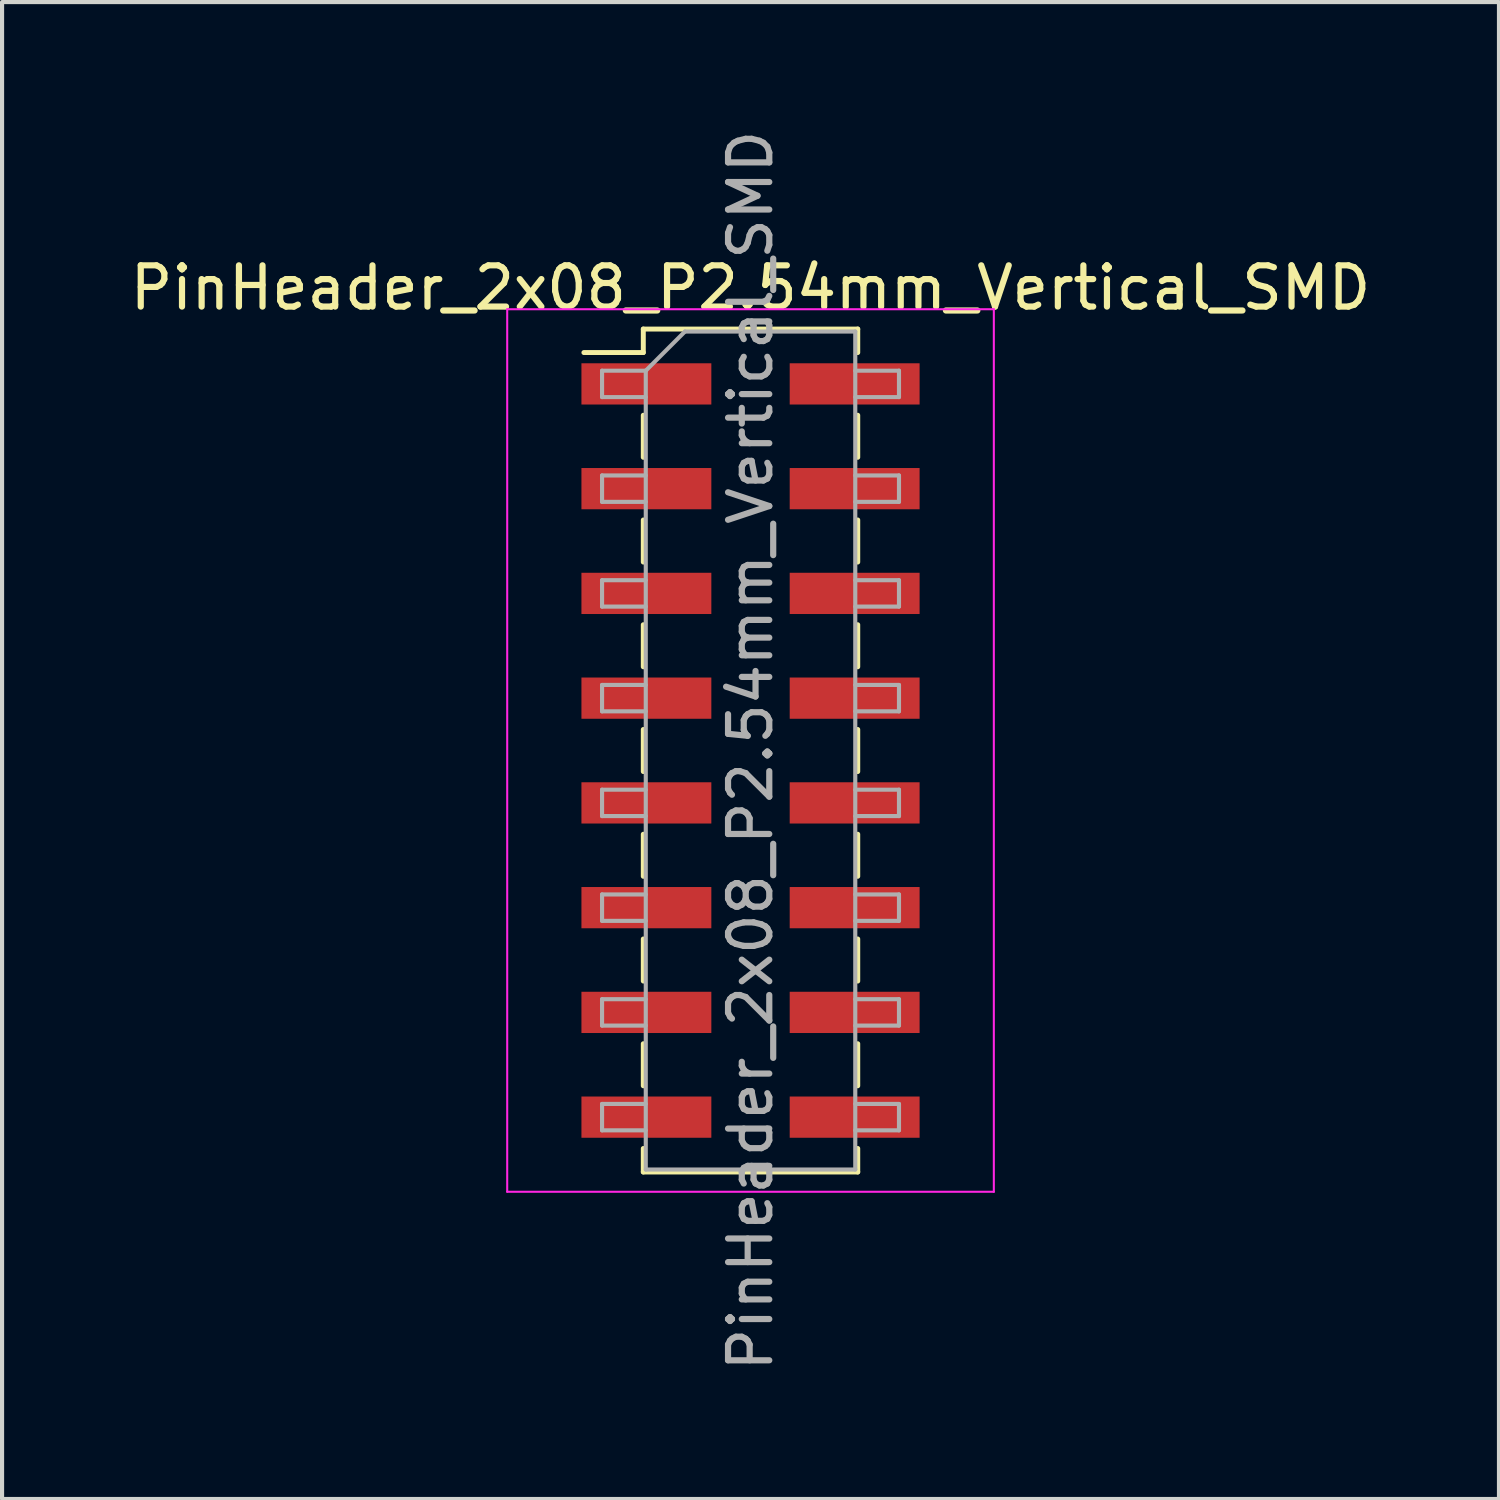
<source format=kicad_pcb>
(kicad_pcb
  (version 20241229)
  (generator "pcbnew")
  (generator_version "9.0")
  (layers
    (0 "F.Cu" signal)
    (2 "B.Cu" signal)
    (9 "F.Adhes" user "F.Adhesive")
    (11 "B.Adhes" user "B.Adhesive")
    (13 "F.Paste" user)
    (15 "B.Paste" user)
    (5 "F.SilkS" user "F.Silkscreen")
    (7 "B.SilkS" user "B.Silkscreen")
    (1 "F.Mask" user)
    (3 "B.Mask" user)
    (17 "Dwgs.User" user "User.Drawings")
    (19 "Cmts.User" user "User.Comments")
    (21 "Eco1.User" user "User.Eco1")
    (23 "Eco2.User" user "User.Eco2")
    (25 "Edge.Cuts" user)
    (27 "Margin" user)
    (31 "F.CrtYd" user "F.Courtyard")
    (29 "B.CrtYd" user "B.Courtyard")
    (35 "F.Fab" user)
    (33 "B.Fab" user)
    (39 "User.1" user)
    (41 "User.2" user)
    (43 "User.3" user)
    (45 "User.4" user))
  (footprint "PinHeader_2x08_P2.54mm_Vertical_SMD"
    (layer "F.Cu")
    (at 15.149 15.149)
    (property "Reference" "PinHeader_2x08_P2.54mm_Vertical_SMD" (at 0 -11.22 0) (layer "F.SilkS") (effects (font (size 1 1) (thickness 0.15))))
    (attr smd)
    (fp_line (start -4.04 -9.65) (end -2.6 -9.65) (stroke (width 0.12) (type solid)) (layer "F.SilkS"))
    (fp_line (start -2.6 -10.22) (end -2.6 -9.65) (stroke (width 0.12) (type solid)) (layer "F.SilkS"))
    (fp_line (start -2.6 -10.22) (end 2.6 -10.22) (stroke (width 0.12) (type solid)) (layer "F.SilkS"))
    (fp_line (start -2.6 -8.13) (end -2.6 -7.11) (stroke (width 0.12) (type solid)) (layer "F.SilkS"))
    (fp_line (start -2.6 -5.59) (end -2.6 -4.57) (stroke (width 0.12) (type solid)) (layer "F.SilkS"))
    (fp_line (start -2.6 -3.05) (end -2.6 -2.03) (stroke (width 0.12) (type solid)) (layer "F.SilkS"))
    (fp_line (start -2.6 -0.51) (end -2.6 0.51) (stroke (width 0.12) (type solid)) (layer "F.SilkS"))
    (fp_line (start -2.6 2.03) (end -2.6 3.05) (stroke (width 0.12) (type solid)) (layer "F.SilkS"))
    (fp_line (start -2.6 4.57) (end -2.6 5.59) (stroke (width 0.12) (type solid)) (layer "F.SilkS"))
    (fp_line (start -2.6 7.11) (end -2.6 8.13) (stroke (width 0.12) (type solid)) (layer "F.SilkS"))
    (fp_line (start -2.6 9.65) (end -2.6 10.22) (stroke (width 0.12) (type solid)) (layer "F.SilkS"))
    (fp_line (start -2.6 10.22) (end 2.6 10.22) (stroke (width 0.12) (type solid)) (layer "F.SilkS"))
    (fp_line (start 2.6 -10.22) (end 2.6 -9.65) (stroke (width 0.12) (type solid)) (layer "F.SilkS"))
    (fp_line (start 2.6 -8.13) (end 2.6 -7.11) (stroke (width 0.12) (type solid)) (layer "F.SilkS"))
    (fp_line (start 2.6 -5.59) (end 2.6 -4.57) (stroke (width 0.12) (type solid)) (layer "F.SilkS"))
    (fp_line (start 2.6 -3.05) (end 2.6 -2.03) (stroke (width 0.12) (type solid)) (layer "F.SilkS"))
    (fp_line (start 2.6 -0.51) (end 2.6 0.51) (stroke (width 0.12) (type solid)) (layer "F.SilkS"))
    (fp_line (start 2.6 2.03) (end 2.6 3.05) (stroke (width 0.12) (type solid)) (layer "F.SilkS"))
    (fp_line (start 2.6 4.57) (end 2.6 5.59) (stroke (width 0.12) (type solid)) (layer "F.SilkS"))
    (fp_line (start 2.6 7.11) (end 2.6 8.13) (stroke (width 0.12) (type solid)) (layer "F.SilkS"))
    (fp_line (start 2.6 9.65) (end 2.6 10.22) (stroke (width 0.12) (type solid)) (layer "F.SilkS"))
    (fp_line (start -5.9 -10.7) (end -5.9 10.7) (stroke (width 0.05) (type solid)) (layer "F.CrtYd"))
    (fp_line (start -5.9 10.7) (end 5.9 10.7) (stroke (width 0.05) (type solid)) (layer "F.CrtYd"))
    (fp_line (start 5.9 -10.7) (end -5.9 -10.7) (stroke (width 0.05) (type solid)) (layer "F.CrtYd"))
    (fp_line (start 5.9 10.7) (end 5.9 -10.7) (stroke (width 0.05) (type solid)) (layer "F.CrtYd"))
    (fp_line (start -3.6 -9.21) (end -3.6 -8.57) (stroke (width 0.1) (type solid)) (layer "F.Fab"))
    (fp_line (start -3.6 -8.57) (end -2.54 -8.57) (stroke (width 0.1) (type solid)) (layer "F.Fab"))
    (fp_line (start -3.6 -6.67) (end -3.6 -6.03) (stroke (width 0.1) (type solid)) (layer "F.Fab"))
    (fp_line (start -3.6 -6.03) (end -2.54 -6.03) (stroke (width 0.1) (type solid)) (layer "F.Fab"))
    (fp_line (start -3.6 -4.13) (end -3.6 -3.49) (stroke (width 0.1) (type solid)) (layer "F.Fab"))
    (fp_line (start -3.6 -3.49) (end -2.54 -3.49) (stroke (width 0.1) (type solid)) (layer "F.Fab"))
    (fp_line (start -3.6 -1.59) (end -3.6 -0.95) (stroke (width 0.1) (type solid)) (layer "F.Fab"))
    (fp_line (start -3.6 -0.95) (end -2.54 -0.95) (stroke (width 0.1) (type solid)) (layer "F.Fab"))
    (fp_line (start -3.6 0.95) (end -3.6 1.59) (stroke (width 0.1) (type solid)) (layer "F.Fab"))
    (fp_line (start -3.6 1.59) (end -2.54 1.59) (stroke (width 0.1) (type solid)) (layer "F.Fab"))
    (fp_line (start -3.6 3.49) (end -3.6 4.13) (stroke (width 0.1) (type solid)) (layer "F.Fab"))
    (fp_line (start -3.6 4.13) (end -2.54 4.13) (stroke (width 0.1) (type solid)) (layer "F.Fab"))
    (fp_line (start -3.6 6.03) (end -3.6 6.67) (stroke (width 0.1) (type solid)) (layer "F.Fab"))
    (fp_line (start -3.6 6.67) (end -2.54 6.67) (stroke (width 0.1) (type solid)) (layer "F.Fab"))
    (fp_line (start -3.6 8.57) (end -3.6 9.21) (stroke (width 0.1) (type solid)) (layer "F.Fab"))
    (fp_line (start -3.6 9.21) (end -2.54 9.21) (stroke (width 0.1) (type solid)) (layer "F.Fab"))
    (fp_line (start -2.54 -9.21) (end -3.6 -9.21) (stroke (width 0.1) (type solid)) (layer "F.Fab"))
    (fp_line (start -2.54 -9.21) (end -1.59 -10.16) (stroke (width 0.1) (type solid)) (layer "F.Fab"))
    (fp_line (start -2.54 -6.67) (end -3.6 -6.67) (stroke (width 0.1) (type solid)) (layer "F.Fab"))
    (fp_line (start -2.54 -4.13) (end -3.6 -4.13) (stroke (width 0.1) (type solid)) (layer "F.Fab"))
    (fp_line (start -2.54 -1.59) (end -3.6 -1.59) (stroke (width 0.1) (type solid)) (layer "F.Fab"))
    (fp_line (start -2.54 0.95) (end -3.6 0.95) (stroke (width 0.1) (type solid)) (layer "F.Fab"))
    (fp_line (start -2.54 3.49) (end -3.6 3.49) (stroke (width 0.1) (type solid)) (layer "F.Fab"))
    (fp_line (start -2.54 6.03) (end -3.6 6.03) (stroke (width 0.1) (type solid)) (layer "F.Fab"))
    (fp_line (start -2.54 8.57) (end -3.6 8.57) (stroke (width 0.1) (type solid)) (layer "F.Fab"))
    (fp_line (start -2.54 10.16) (end -2.54 -9.21) (stroke (width 0.1) (type solid)) (layer "F.Fab"))
    (fp_line (start -1.59 -10.16) (end 2.54 -10.16) (stroke (width 0.1) (type solid)) (layer "F.Fab"))
    (fp_line (start 2.54 -10.16) (end 2.54 10.16) (stroke (width 0.1) (type solid)) (layer "F.Fab"))
    (fp_line (start 2.54 -9.21) (end 3.6 -9.21) (stroke (width 0.1) (type solid)) (layer "F.Fab"))
    (fp_line (start 2.54 -6.67) (end 3.6 -6.67) (stroke (width 0.1) (type solid)) (layer "F.Fab"))
    (fp_line (start 2.54 -4.13) (end 3.6 -4.13) (stroke (width 0.1) (type solid)) (layer "F.Fab"))
    (fp_line (start 2.54 -1.59) (end 3.6 -1.59) (stroke (width 0.1) (type solid)) (layer "F.Fab"))
    (fp_line (start 2.54 0.95) (end 3.6 0.95) (stroke (width 0.1) (type solid)) (layer "F.Fab"))
    (fp_line (start 2.54 3.49) (end 3.6 3.49) (stroke (width 0.1) (type solid)) (layer "F.Fab"))
    (fp_line (start 2.54 6.03) (end 3.6 6.03) (stroke (width 0.1) (type solid)) (layer "F.Fab"))
    (fp_line (start 2.54 8.57) (end 3.6 8.57) (stroke (width 0.1) (type solid)) (layer "F.Fab"))
    (fp_line (start 2.54 10.16) (end -2.54 10.16) (stroke (width 0.1) (type solid)) (layer "F.Fab"))
    (fp_line (start 3.6 -9.21) (end 3.6 -8.57) (stroke (width 0.1) (type solid)) (layer "F.Fab"))
    (fp_line (start 3.6 -8.57) (end 2.54 -8.57) (stroke (width 0.1) (type solid)) (layer "F.Fab"))
    (fp_line (start 3.6 -6.67) (end 3.6 -6.03) (stroke (width 0.1) (type solid)) (layer "F.Fab"))
    (fp_line (start 3.6 -6.03) (end 2.54 -6.03) (stroke (width 0.1) (type solid)) (layer "F.Fab"))
    (fp_line (start 3.6 -4.13) (end 3.6 -3.49) (stroke (width 0.1) (type solid)) (layer "F.Fab"))
    (fp_line (start 3.6 -3.49) (end 2.54 -3.49) (stroke (width 0.1) (type solid)) (layer "F.Fab"))
    (fp_line (start 3.6 -1.59) (end 3.6 -0.95) (stroke (width 0.1) (type solid)) (layer "F.Fab"))
    (fp_line (start 3.6 -0.95) (end 2.54 -0.95) (stroke (width 0.1) (type solid)) (layer "F.Fab"))
    (fp_line (start 3.6 0.95) (end 3.6 1.59) (stroke (width 0.1) (type solid)) (layer "F.Fab"))
    (fp_line (start 3.6 1.59) (end 2.54 1.59) (stroke (width 0.1) (type solid)) (layer "F.Fab"))
    (fp_line (start 3.6 3.49) (end 3.6 4.13) (stroke (width 0.1) (type solid)) (layer "F.Fab"))
    (fp_line (start 3.6 4.13) (end 2.54 4.13) (stroke (width 0.1) (type solid)) (layer "F.Fab"))
    (fp_line (start 3.6 6.03) (end 3.6 6.67) (stroke (width 0.1) (type solid)) (layer "F.Fab"))
    (fp_line (start 3.6 6.67) (end 2.54 6.67) (stroke (width 0.1) (type solid)) (layer "F.Fab"))
    (fp_line (start 3.6 8.57) (end 3.6 9.21) (stroke (width 0.1) (type solid)) (layer "F.Fab"))
    (fp_line (start 3.6 9.21) (end 2.54 9.21) (stroke (width 0.1) (type solid)) (layer "F.Fab"))
    (fp_text user "${REFERENCE}" (at 0 0 90) (layer "F.Fab") (effects (font (size 1 1) (thickness 0.15))))
    (pad "1" smd rect (at -2.525 -8.89) (size 3.15 1) (layers "F.Cu" "F.Mask" "F.Paste"))
    (pad "2" smd rect (at 2.525 -8.89) (size 3.15 1) (layers "F.Cu" "F.Mask" "F.Paste"))
    (pad "3" smd rect (at -2.525 -6.35) (size 3.15 1) (layers "F.Cu" "F.Mask" "F.Paste"))
    (pad "4" smd rect (at 2.525 -6.35) (size 3.15 1) (layers "F.Cu" "F.Mask" "F.Paste"))
    (pad "5" smd rect (at -2.525 -3.81) (size 3.15 1) (layers "F.Cu" "F.Mask" "F.Paste"))
    (pad "6" smd rect (at 2.525 -3.81) (size 3.15 1) (layers "F.Cu" "F.Mask" "F.Paste"))
    (pad "7" smd rect (at -2.525 -1.27) (size 3.15 1) (layers "F.Cu" "F.Mask" "F.Paste"))
    (pad "8" smd rect (at 2.525 -1.27) (size 3.15 1) (layers "F.Cu" "F.Mask" "F.Paste"))
    (pad "9" smd rect (at -2.525 1.27) (size 3.15 1) (layers "F.Cu" "F.Mask" "F.Paste"))
    (pad "10" smd rect (at 2.525 1.27) (size 3.15 1) (layers "F.Cu" "F.Mask" "F.Paste"))
    (pad "11" smd rect (at -2.525 3.81) (size 3.15 1) (layers "F.Cu" "F.Mask" "F.Paste"))
    (pad "12" smd rect (at 2.525 3.81) (size 3.15 1) (layers "F.Cu" "F.Mask" "F.Paste"))
    (pad "13" smd rect (at -2.525 6.35) (size 3.15 1) (layers "F.Cu" "F.Mask" "F.Paste"))
    (pad "14" smd rect (at 2.525 6.35) (size 3.15 1) (layers "F.Cu" "F.Mask" "F.Paste"))
    (pad "15" smd rect (at -2.525 8.89) (size 3.15 1) (layers "F.Cu" "F.Mask" "F.Paste"))
    (pad "16" smd rect (at 2.525 8.89) (size 3.15 1) (layers "F.Cu" "F.Mask" "F.Paste")))
  (gr_rect
    (start -3 -3)
    (end 33.298 33.298)
    (stroke (width 0.1) (type default))
    (fill no)
    (layer "Edge.Cuts")))
</source>
